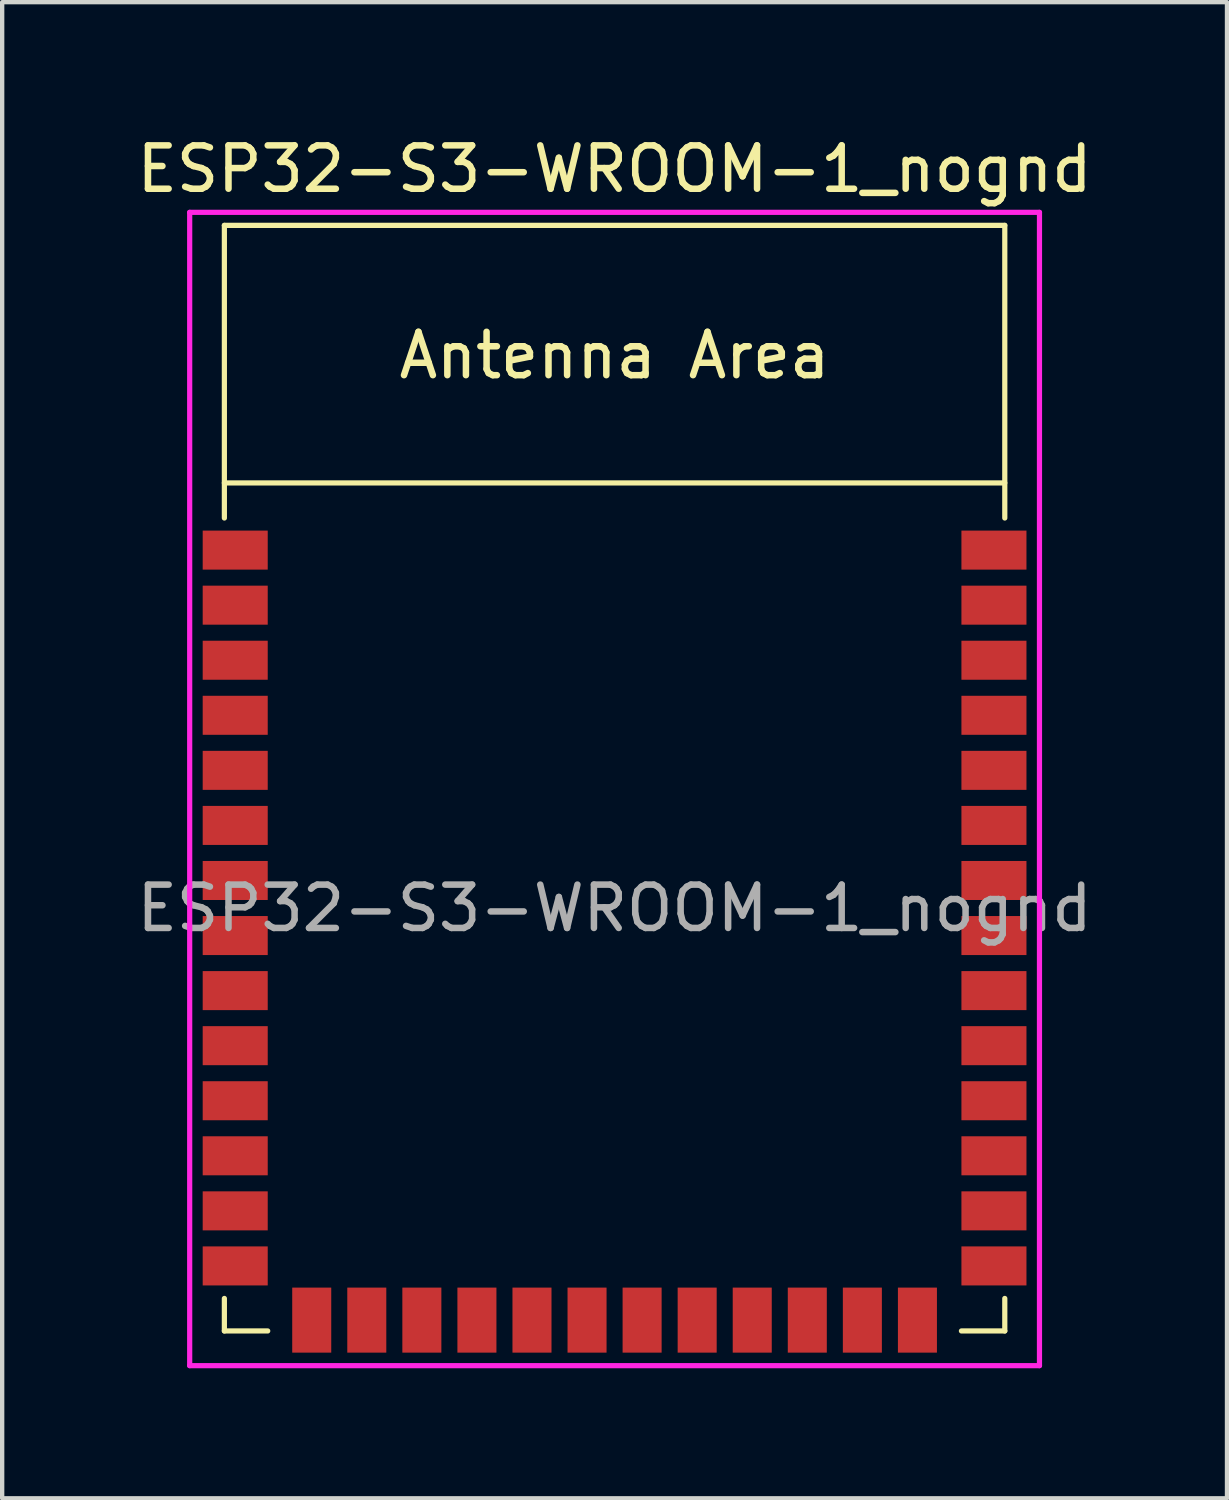
<source format=kicad_pcb>
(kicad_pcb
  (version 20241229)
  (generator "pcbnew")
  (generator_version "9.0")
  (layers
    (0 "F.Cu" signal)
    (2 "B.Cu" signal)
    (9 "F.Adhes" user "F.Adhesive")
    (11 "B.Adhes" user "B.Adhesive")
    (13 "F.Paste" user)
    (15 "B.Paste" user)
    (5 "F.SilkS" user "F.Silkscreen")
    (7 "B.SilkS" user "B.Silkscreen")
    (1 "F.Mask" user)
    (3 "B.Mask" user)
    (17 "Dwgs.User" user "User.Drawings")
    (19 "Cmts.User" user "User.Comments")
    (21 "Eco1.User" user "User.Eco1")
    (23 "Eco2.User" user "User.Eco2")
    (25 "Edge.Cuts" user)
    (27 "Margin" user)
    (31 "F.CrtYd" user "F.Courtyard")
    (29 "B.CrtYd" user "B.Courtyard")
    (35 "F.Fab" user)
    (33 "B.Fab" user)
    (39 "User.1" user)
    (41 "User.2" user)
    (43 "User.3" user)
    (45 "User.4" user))
  (footprint "ESP32-S3-WROOM-1_nognd"
    (layer "F.Cu")
    (at 11.125 17.898)
    (property "Reference" "ESP32-S3-WROOM-1_nognd" (at 0 -17.05 0) (layer "F.SilkS") (effects (font (size 1 1) (thickness 0.15))))
    (attr smd)
    (fp_line (start -9 -15.75) (end -9 -9) (stroke (width 0.12) (type solid)) (layer "F.SilkS"))
    (fp_line (start -9 -15.75) (end 9 -15.75) (stroke (width 0.12) (type solid)) (layer "F.SilkS"))
    (fp_line (start -9 9) (end -9 9.75) (stroke (width 0.12) (type solid)) (layer "F.SilkS"))
    (fp_line (start -9 9.75) (end -8 9.75) (stroke (width 0.12) (type solid)) (layer "F.SilkS"))
    (fp_line (start 9 -15.75) (end 9 -9) (stroke (width 0.12) (type solid)) (layer "F.SilkS"))
    (fp_line (start 9 -9.81) (end -9 -9.81) (stroke (width 0.12) (type solid)) (layer "F.SilkS"))
    (fp_line (start 9 9) (end 9 9.75) (stroke (width 0.12) (type solid)) (layer "F.SilkS"))
    (fp_line (start 9 9.75) (end 8 9.75) (stroke (width 0.12) (type solid)) (layer "F.SilkS"))
    (fp_line (start -9 -15.75) (end 9 -15.75) (stroke (width 0.12) (type solid)) (layer "Eco2.User"))
    (fp_line (start -9 -9.81) (end 9 -9.81) (stroke (width 0.12) (type solid)) (layer "Eco2.User"))
    (fp_line (start -9 9.75) (end -9 -15.75) (stroke (width 0.12) (type solid)) (layer "Eco2.User"))
    (fp_line (start 9 -15.75) (end 9 9.75) (stroke (width 0.12) (type solid)) (layer "Eco2.User"))
    (fp_line (start 9 9.75) (end -9 9.75) (stroke (width 0.12) (type solid)) (layer "Eco2.User"))
    (fp_line (start -9.8 -16.05) (end -9.8 10.55) (stroke (width 0.12) (type solid)) (layer "F.CrtYd"))
    (fp_line (start -9.8 10.55) (end 9.8 10.55) (stroke (width 0.12) (type solid)) (layer "F.CrtYd"))
    (fp_line (start 9.8 -16.05) (end -9.8 -16.05) (stroke (width 0.12) (type solid)) (layer "F.CrtYd"))
    (fp_line (start 9.8 -16.05) (end 9.8 10.55) (stroke (width 0.12) (type solid)) (layer "F.CrtYd"))
    (fp_text user "Antenna Area" (at 0 -12.75 0) (layer "F.SilkS") (effects (font (size 1 1) (thickness 0.15))))
    (fp_text user "Antenna Area" (at 0 -12.75 0) (layer "Eco2.User") (effects (font (size 1 1) (thickness 0.15))))
    (fp_text user "${REFERENCE}" (at 0 0 0) (layer "F.Fab") (effects (font (size 1 1) (thickness 0.15))))
    (pad "1" smd rect (at -8.75 -8.26) (size 1.5 0.9) (layers "F.Cu" "F.Mask" "F.Paste"))
    (pad "2" smd rect (at -8.75 -6.99) (size 1.5 0.9) (layers "F.Cu" "F.Mask" "F.Paste"))
    (pad "3" smd rect (at -8.75 -5.72) (size 1.5 0.9) (layers "F.Cu" "F.Mask" "F.Paste"))
    (pad "4" smd rect (at -8.75 -4.45) (size 1.5 0.9) (layers "F.Cu" "F.Mask" "F.Paste"))
    (pad "5" smd rect (at -8.75 -3.18) (size 1.5 0.9) (layers "F.Cu" "F.Mask" "F.Paste"))
    (pad "6" smd rect (at -8.75 -1.91) (size 1.5 0.9) (layers "F.Cu" "F.Mask" "F.Paste"))
    (pad "7" smd rect (at -8.75 -0.64) (size 1.5 0.9) (layers "F.Cu" "F.Mask" "F.Paste"))
    (pad "8" smd rect (at -8.75 0.63) (size 1.5 0.9) (layers "F.Cu" "F.Mask" "F.Paste"))
    (pad "9" smd rect (at -8.75 1.9) (size 1.5 0.9) (layers "F.Cu" "F.Mask" "F.Paste"))
    (pad "10" smd rect (at -8.75 3.17) (size 1.5 0.9) (layers "F.Cu" "F.Mask" "F.Paste"))
    (pad "11" smd rect (at -8.75 4.44) (size 1.5 0.9) (layers "F.Cu" "F.Mask" "F.Paste"))
    (pad "12" smd rect (at -8.75 5.71) (size 1.5 0.9) (layers "F.Cu" "F.Mask" "F.Paste"))
    (pad "13" smd rect (at -8.75 6.98) (size 1.5 0.9) (layers "F.Cu" "F.Mask" "F.Paste"))
    (pad "14" smd rect (at -8.75 8.25) (size 1.5 0.9) (layers "F.Cu" "F.Mask" "F.Paste"))
    (pad "15" smd rect (at -6.985 9.5 90) (size 1.5 0.9) (layers "F.Cu" "F.Mask" "F.Paste"))
    (pad "16" smd rect (at -5.715 9.5 90) (size 1.5 0.9) (layers "F.Cu" "F.Mask" "F.Paste"))
    (pad "17" smd rect (at -4.445 9.5 90) (size 1.5 0.9) (layers "F.Cu" "F.Mask" "F.Paste"))
    (pad "18" smd rect (at -3.175 9.5 90) (size 1.5 0.9) (layers "F.Cu" "F.Mask" "F.Paste"))
    (pad "19" smd rect (at -1.905 9.5 90) (size 1.5 0.9) (layers "F.Cu" "F.Mask" "F.Paste"))
    (pad "20" smd rect (at -0.635 9.5 90) (size 1.5 0.9) (layers "F.Cu" "F.Mask" "F.Paste"))
    (pad "21" smd rect (at 0.635 9.5 90) (size 1.5 0.9) (layers "F.Cu" "F.Mask" "F.Paste"))
    (pad "22" smd rect (at 1.905 9.5 90) (size 1.5 0.9) (layers "F.Cu" "F.Mask" "F.Paste"))
    (pad "23" smd rect (at 3.175 9.5 90) (size 1.5 0.9) (layers "F.Cu" "F.Mask" "F.Paste"))
    (pad "24" smd rect (at 4.445 9.5 90) (size 1.5 0.9) (layers "F.Cu" "F.Mask" "F.Paste"))
    (pad "25" smd rect (at 5.715 9.5 90) (size 1.5 0.9) (layers "F.Cu" "F.Mask" "F.Paste"))
    (pad "26" smd rect (at 6.985 9.5 90) (size 1.5 0.9) (layers "F.Cu" "F.Mask" "F.Paste"))
    (pad "27" smd rect (at 8.75 8.25 180) (size 1.5 0.9) (layers "F.Cu" "F.Mask" "F.Paste"))
    (pad "28" smd rect (at 8.75 6.98 180) (size 1.5 0.9) (layers "F.Cu" "F.Mask" "F.Paste"))
    (pad "29" smd rect (at 8.75 5.71 180) (size 1.5 0.9) (layers "F.Cu" "F.Mask" "F.Paste"))
    (pad "30" smd rect (at 8.75 4.44 180) (size 1.5 0.9) (layers "F.Cu" "F.Mask" "F.Paste"))
    (pad "31" smd rect (at 8.75 3.17 180) (size 1.5 0.9) (layers "F.Cu" "F.Mask" "F.Paste"))
    (pad "32" smd rect (at 8.75 1.9 180) (size 1.5 0.9) (layers "F.Cu" "F.Mask" "F.Paste"))
    (pad "33" smd rect (at 8.75 0.63 180) (size 1.5 0.9) (layers "F.Cu" "F.Mask" "F.Paste"))
    (pad "34" smd rect (at 8.75 -0.64 180) (size 1.5 0.9) (layers "F.Cu" "F.Mask" "F.Paste"))
    (pad "35" smd rect (at 8.75 -1.91 180) (size 1.5 0.9) (layers "F.Cu" "F.Mask" "F.Paste"))
    (pad "36" smd rect (at 8.75 -3.18 180) (size 1.5 0.9) (layers "F.Cu" "F.Mask" "F.Paste"))
    (pad "37" smd rect (at 8.75 -4.45 180) (size 1.5 0.9) (layers "F.Cu" "F.Mask" "F.Paste"))
    (pad "38" smd rect (at 8.75 -5.72 180) (size 1.5 0.9) (layers "F.Cu" "F.Mask" "F.Paste"))
    (pad "39" smd rect (at 8.75 -6.99 180) (size 1.5 0.9) (layers "F.Cu" "F.Mask" "F.Paste"))
    (pad "40" smd rect (at 8.75 -8.26 180) (size 1.5 0.9) (layers "F.Cu" "F.Mask" "F.Paste"))
    (zone (net_name "") (layers "F.Cu" "B.Cu") (name "antenna keepout") (hatch edge 0.508) (connect_pads) (min_thickness 0.254) (filled_areas_thickness no) (keepout (tracks not_allowed) (vias not_allowed) (pads not_allowed) (copperpour not_allowed) (footprints not_allowed)) (placement (enabled no)) (fill) (polygon (pts (xy 20.125 8.098) (xy 2.125 8.098) (xy 2.125 2.148) (xy 20.125 2.148)))))
  (gr_rect
    (start -3 -3)
    (end 25.25 31.508)
    (stroke (width 0.1) (type default))
    (fill no)
    (layer "Edge.Cuts")))
</source>
